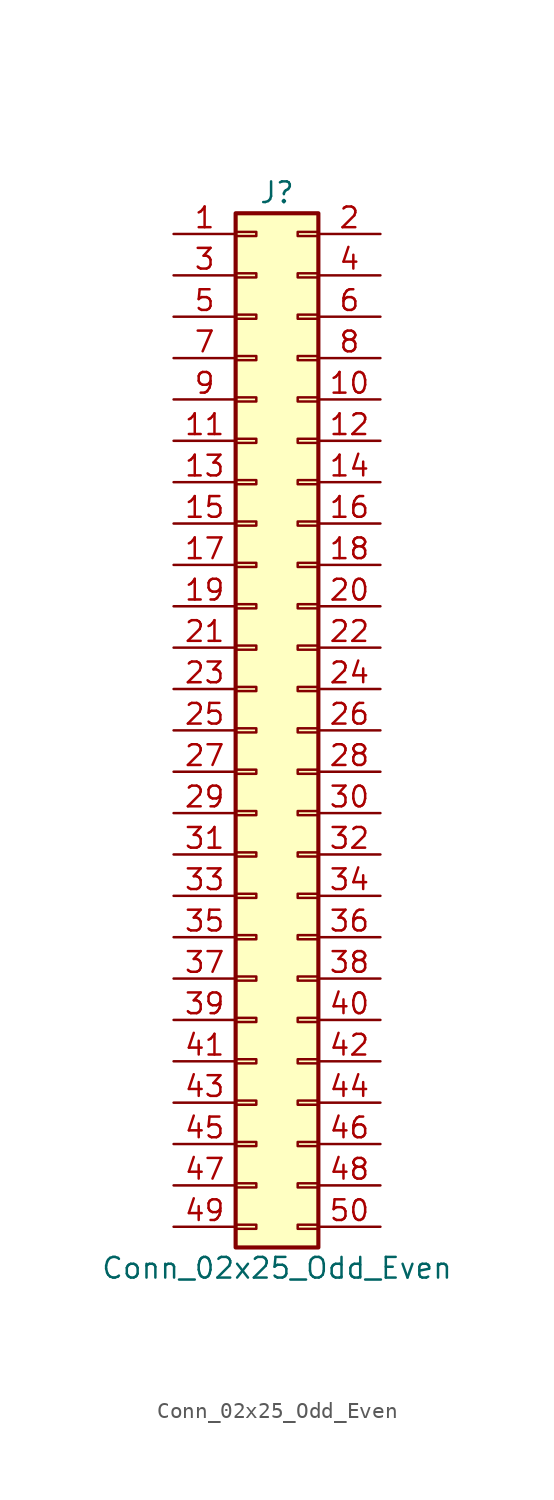
<source format=kicad_sym>
(kicad_symbol_lib
  (version 20241209)
  (generator "kicad_symbol_editor")
  (generator_version "9.0")
  (symbol "Conn_02x25_Odd_Even"
    (pin_names
      (offset 1.016)
      (hide yes))
    (property "Reference" "J"
      (at 1.27 33.02 0)
      (effects (font (size 1.27 1.27))))
    (property "Value" "Conn_02x25_Odd_Even"
      (at 1.27 -33.02 0)
      (effects (font (size 1.27 1.27))))
    (symbol "Conn_02x25_Odd_Even_1_1"
      (rectangle (start -1.27 31.75) (end 3.81 -31.75) (stroke (width 0.254) (type default)) (fill (type background)))
      (rectangle (start -1.27 30.607) (end 0 30.353) (stroke (width 0.152) (type default)) (fill (type none)))
      (rectangle (start -1.27 28.067) (end 0 27.813) (stroke (width 0.152) (type default)) (fill (type none)))
      (rectangle (start -1.27 25.527) (end 0 25.273) (stroke (width 0.152) (type default)) (fill (type none)))
      (rectangle (start -1.27 22.987) (end 0 22.733) (stroke (width 0.152) (type default)) (fill (type none)))
      (rectangle (start -1.27 20.447) (end 0 20.193) (stroke (width 0.152) (type default)) (fill (type none)))
      (rectangle (start -1.27 17.907) (end 0 17.653) (stroke (width 0.152) (type default)) (fill (type none)))
      (rectangle (start -1.27 15.367) (end 0 15.113) (stroke (width 0.152) (type default)) (fill (type none)))
      (rectangle (start -1.27 12.827) (end 0 12.573) (stroke (width 0.152) (type default)) (fill (type none)))
      (rectangle (start -1.27 10.287) (end 0 10.033) (stroke (width 0.152) (type default)) (fill (type none)))
      (rectangle (start -1.27 7.747) (end 0 7.493) (stroke (width 0.152) (type default)) (fill (type none)))
      (rectangle (start -1.27 5.207) (end 0 4.953) (stroke (width 0.152) (type default)) (fill (type none)))
      (rectangle (start -1.27 2.667) (end 0 2.413) (stroke (width 0.152) (type default)) (fill (type none)))
      (rectangle (start -1.27 0.127) (end 0 -0.127) (stroke (width 0.152) (type default)) (fill (type none)))
      (rectangle (start -1.27 -2.413) (end 0 -2.667) (stroke (width 0.152) (type default)) (fill (type none)))
      (rectangle (start -1.27 -4.953) (end 0 -5.207) (stroke (width 0.152) (type default)) (fill (type none)))
      (rectangle (start -1.27 -7.493) (end 0 -7.747) (stroke (width 0.152) (type default)) (fill (type none)))
      (rectangle (start -1.27 -10.033) (end 0 -10.287) (stroke (width 0.152) (type default)) (fill (type none)))
      (rectangle (start -1.27 -12.573) (end 0 -12.827) (stroke (width 0.152) (type default)) (fill (type none)))
      (rectangle (start -1.27 -15.113) (end 0 -15.367) (stroke (width 0.152) (type default)) (fill (type none)))
      (rectangle (start -1.27 -17.653) (end 0 -17.907) (stroke (width 0.152) (type default)) (fill (type none)))
      (rectangle (start -1.27 -20.193) (end 0 -20.447) (stroke (width 0.152) (type default)) (fill (type none)))
      (rectangle (start -1.27 -22.733) (end 0 -22.987) (stroke (width 0.152) (type default)) (fill (type none)))
      (rectangle (start -1.27 -25.273) (end 0 -25.527) (stroke (width 0.152) (type default)) (fill (type none)))
      (rectangle (start -1.27 -27.813) (end 0 -28.067) (stroke (width 0.152) (type default)) (fill (type none)))
      (rectangle (start -1.27 -30.353) (end 0 -30.607) (stroke (width 0.152) (type default)) (fill (type none)))
      (rectangle (start 3.81 30.607) (end 2.54 30.353) (stroke (width 0.152) (type default)) (fill (type none)))
      (rectangle (start 3.81 28.067) (end 2.54 27.813) (stroke (width 0.152) (type default)) (fill (type none)))
      (rectangle (start 3.81 25.527) (end 2.54 25.273) (stroke (width 0.152) (type default)) (fill (type none)))
      (rectangle (start 3.81 22.987) (end 2.54 22.733) (stroke (width 0.152) (type default)) (fill (type none)))
      (rectangle (start 3.81 20.447) (end 2.54 20.193) (stroke (width 0.152) (type default)) (fill (type none)))
      (rectangle (start 3.81 17.907) (end 2.54 17.653) (stroke (width 0.152) (type default)) (fill (type none)))
      (rectangle (start 3.81 15.367) (end 2.54 15.113) (stroke (width 0.152) (type default)) (fill (type none)))
      (rectangle (start 3.81 12.827) (end 2.54 12.573) (stroke (width 0.152) (type default)) (fill (type none)))
      (rectangle (start 3.81 10.287) (end 2.54 10.033) (stroke (width 0.152) (type default)) (fill (type none)))
      (rectangle (start 3.81 7.747) (end 2.54 7.493) (stroke (width 0.152) (type default)) (fill (type none)))
      (rectangle (start 3.81 5.207) (end 2.54 4.953) (stroke (width 0.152) (type default)) (fill (type none)))
      (rectangle (start 3.81 2.667) (end 2.54 2.413) (stroke (width 0.152) (type default)) (fill (type none)))
      (rectangle (start 3.81 0.127) (end 2.54 -0.127) (stroke (width 0.152) (type default)) (fill (type none)))
      (rectangle (start 3.81 -2.413) (end 2.54 -2.667) (stroke (width 0.152) (type default)) (fill (type none)))
      (rectangle (start 3.81 -4.953) (end 2.54 -5.207) (stroke (width 0.152) (type default)) (fill (type none)))
      (rectangle (start 3.81 -7.493) (end 2.54 -7.747) (stroke (width 0.152) (type default)) (fill (type none)))
      (rectangle (start 3.81 -10.033) (end 2.54 -10.287) (stroke (width 0.152) (type default)) (fill (type none)))
      (rectangle (start 3.81 -12.573) (end 2.54 -12.827) (stroke (width 0.152) (type default)) (fill (type none)))
      (rectangle (start 3.81 -15.113) (end 2.54 -15.367) (stroke (width 0.152) (type default)) (fill (type none)))
      (rectangle (start 3.81 -17.653) (end 2.54 -17.907) (stroke (width 0.152) (type default)) (fill (type none)))
      (rectangle (start 3.81 -20.193) (end 2.54 -20.447) (stroke (width 0.152) (type default)) (fill (type none)))
      (rectangle (start 3.81 -22.733) (end 2.54 -22.987) (stroke (width 0.152) (type default)) (fill (type none)))
      (rectangle (start 3.81 -25.273) (end 2.54 -25.527) (stroke (width 0.152) (type default)) (fill (type none)))
      (rectangle (start 3.81 -27.813) (end 2.54 -28.067) (stroke (width 0.152) (type default)) (fill (type none)))
      (rectangle (start 3.81 -30.353) (end 2.54 -30.607) (stroke (width 0.152) (type default)) (fill (type none)))
      (pin passive line (at -5.08 30.48 0) (length 3.81) (name "Pin_1" (effects (font (size 1.27 1.27)))) (number "1" (effects (font (size 1.27 1.27)))))
      (pin passive line (at -5.08 27.94 0) (length 3.81) (name "Pin_3" (effects (font (size 1.27 1.27)))) (number "3" (effects (font (size 1.27 1.27)))))
      (pin passive line (at -5.08 25.4 0) (length 3.81) (name "Pin_5" (effects (font (size 1.27 1.27)))) (number "5" (effects (font (size 1.27 1.27)))))
      (pin passive line (at -5.08 22.86 0) (length 3.81) (name "Pin_7" (effects (font (size 1.27 1.27)))) (number "7" (effects (font (size 1.27 1.27)))))
      (pin passive line (at -5.08 20.32 0) (length 3.81) (name "Pin_9" (effects (font (size 1.27 1.27)))) (number "9" (effects (font (size 1.27 1.27)))))
      (pin passive line (at -5.08 17.78 0) (length 3.81) (name "Pin_11" (effects (font (size 1.27 1.27)))) (number "11" (effects (font (size 1.27 1.27)))))
      (pin passive line (at -5.08 15.24 0) (length 3.81) (name "Pin_13" (effects (font (size 1.27 1.27)))) (number "13" (effects (font (size 1.27 1.27)))))
      (pin passive line (at -5.08 12.7 0) (length 3.81) (name "Pin_15" (effects (font (size 1.27 1.27)))) (number "15" (effects (font (size 1.27 1.27)))))
      (pin passive line (at -5.08 10.16 0) (length 3.81) (name "Pin_17" (effects (font (size 1.27 1.27)))) (number "17" (effects (font (size 1.27 1.27)))))
      (pin passive line (at -5.08 7.62 0) (length 3.81) (name "Pin_19" (effects (font (size 1.27 1.27)))) (number "19" (effects (font (size 1.27 1.27)))))
      (pin passive line (at -5.08 5.08 0) (length 3.81) (name "Pin_21" (effects (font (size 1.27 1.27)))) (number "21" (effects (font (size 1.27 1.27)))))
      (pin passive line (at -5.08 2.54 0) (length 3.81) (name "Pin_23" (effects (font (size 1.27 1.27)))) (number "23" (effects (font (size 1.27 1.27)))))
      (pin passive line (at -5.08 0 0) (length 3.81) (name "Pin_25" (effects (font (size 1.27 1.27)))) (number "25" (effects (font (size 1.27 1.27)))))
      (pin passive line (at -5.08 -2.54 0) (length 3.81) (name "Pin_27" (effects (font (size 1.27 1.27)))) (number "27" (effects (font (size 1.27 1.27)))))
      (pin passive line (at -5.08 -5.08 0) (length 3.81) (name "Pin_29" (effects (font (size 1.27 1.27)))) (number "29" (effects (font (size 1.27 1.27)))))
      (pin passive line (at -5.08 -7.62 0) (length 3.81) (name "Pin_31" (effects (font (size 1.27 1.27)))) (number "31" (effects (font (size 1.27 1.27)))))
      (pin passive line (at -5.08 -10.16 0) (length 3.81) (name "Pin_33" (effects (font (size 1.27 1.27)))) (number "33" (effects (font (size 1.27 1.27)))))
      (pin passive line (at -5.08 -12.7 0) (length 3.81) (name "Pin_35" (effects (font (size 1.27 1.27)))) (number "35" (effects (font (size 1.27 1.27)))))
      (pin passive line (at -5.08 -15.24 0) (length 3.81) (name "Pin_37" (effects (font (size 1.27 1.27)))) (number "37" (effects (font (size 1.27 1.27)))))
      (pin passive line (at -5.08 -17.78 0) (length 3.81) (name "Pin_39" (effects (font (size 1.27 1.27)))) (number "39" (effects (font (size 1.27 1.27)))))
      (pin passive line (at -5.08 -20.32 0) (length 3.81) (name "Pin_41" (effects (font (size 1.27 1.27)))) (number "41" (effects (font (size 1.27 1.27)))))
      (pin passive line (at -5.08 -22.86 0) (length 3.81) (name "Pin_43" (effects (font (size 1.27 1.27)))) (number "43" (effects (font (size 1.27 1.27)))))
      (pin passive line (at -5.08 -25.4 0) (length 3.81) (name "Pin_45" (effects (font (size 1.27 1.27)))) (number "45" (effects (font (size 1.27 1.27)))))
      (pin passive line (at -5.08 -27.94 0) (length 3.81) (name "Pin_47" (effects (font (size 1.27 1.27)))) (number "47" (effects (font (size 1.27 1.27)))))
      (pin passive line (at -5.08 -30.48 0) (length 3.81) (name "Pin_49" (effects (font (size 1.27 1.27)))) (number "49" (effects (font (size 1.27 1.27)))))
      (pin passive line (at 7.62 30.48 180) (length 3.81) (name "Pin_2" (effects (font (size 1.27 1.27)))) (number "2" (effects (font (size 1.27 1.27)))))
      (pin passive line (at 7.62 27.94 180) (length 3.81) (name "Pin_4" (effects (font (size 1.27 1.27)))) (number "4" (effects (font (size 1.27 1.27)))))
      (pin passive line (at 7.62 25.4 180) (length 3.81) (name "Pin_6" (effects (font (size 1.27 1.27)))) (number "6" (effects (font (size 1.27 1.27)))))
      (pin passive line (at 7.62 22.86 180) (length 3.81) (name "Pin_8" (effects (font (size 1.27 1.27)))) (number "8" (effects (font (size 1.27 1.27)))))
      (pin passive line (at 7.62 20.32 180) (length 3.81) (name "Pin_10" (effects (font (size 1.27 1.27)))) (number "10" (effects (font (size 1.27 1.27)))))
      (pin passive line (at 7.62 17.78 180) (length 3.81) (name "Pin_12" (effects (font (size 1.27 1.27)))) (number "12" (effects (font (size 1.27 1.27)))))
      (pin passive line (at 7.62 15.24 180) (length 3.81) (name "Pin_14" (effects (font (size 1.27 1.27)))) (number "14" (effects (font (size 1.27 1.27)))))
      (pin passive line (at 7.62 12.7 180) (length 3.81) (name "Pin_16" (effects (font (size 1.27 1.27)))) (number "16" (effects (font (size 1.27 1.27)))))
      (pin passive line (at 7.62 10.16 180) (length 3.81) (name "Pin_18" (effects (font (size 1.27 1.27)))) (number "18" (effects (font (size 1.27 1.27)))))
      (pin passive line (at 7.62 7.62 180) (length 3.81) (name "Pin_20" (effects (font (size 1.27 1.27)))) (number "20" (effects (font (size 1.27 1.27)))))
      (pin passive line (at 7.62 5.08 180) (length 3.81) (name "Pin_22" (effects (font (size 1.27 1.27)))) (number "22" (effects (font (size 1.27 1.27)))))
      (pin passive line (at 7.62 2.54 180) (length 3.81) (name "Pin_24" (effects (font (size 1.27 1.27)))) (number "24" (effects (font (size 1.27 1.27)))))
      (pin passive line (at 7.62 0 180) (length 3.81) (name "Pin_26" (effects (font (size 1.27 1.27)))) (number "26" (effects (font (size 1.27 1.27)))))
      (pin passive line (at 7.62 -2.54 180) (length 3.81) (name "Pin_28" (effects (font (size 1.27 1.27)))) (number "28" (effects (font (size 1.27 1.27)))))
      (pin passive line (at 7.62 -5.08 180) (length 3.81) (name "Pin_30" (effects (font (size 1.27 1.27)))) (number "30" (effects (font (size 1.27 1.27)))))
      (pin passive line (at 7.62 -7.62 180) (length 3.81) (name "Pin_32" (effects (font (size 1.27 1.27)))) (number "32" (effects (font (size 1.27 1.27)))))
      (pin passive line (at 7.62 -10.16 180) (length 3.81) (name "Pin_34" (effects (font (size 1.27 1.27)))) (number "34" (effects (font (size 1.27 1.27)))))
      (pin passive line (at 7.62 -12.7 180) (length 3.81) (name "Pin_36" (effects (font (size 1.27 1.27)))) (number "36" (effects (font (size 1.27 1.27)))))
      (pin passive line (at 7.62 -15.24 180) (length 3.81) (name "Pin_38" (effects (font (size 1.27 1.27)))) (number "38" (effects (font (size 1.27 1.27)))))
      (pin passive line (at 7.62 -17.78 180) (length 3.81) (name "Pin_40" (effects (font (size 1.27 1.27)))) (number "40" (effects (font (size 1.27 1.27)))))
      (pin passive line (at 7.62 -20.32 180) (length 3.81) (name "Pin_42" (effects (font (size 1.27 1.27)))) (number "42" (effects (font (size 1.27 1.27)))))
      (pin passive line (at 7.62 -22.86 180) (length 3.81) (name "Pin_44" (effects (font (size 1.27 1.27)))) (number "44" (effects (font (size 1.27 1.27)))))
      (pin passive line (at 7.62 -25.4 180) (length 3.81) (name "Pin_46" (effects (font (size 1.27 1.27)))) (number "46" (effects (font (size 1.27 1.27)))))
      (pin passive line (at 7.62 -27.94 180) (length 3.81) (name "Pin_48" (effects (font (size 1.27 1.27)))) (number "48" (effects (font (size 1.27 1.27)))))
      (pin passive line (at 7.62 -30.48 180) (length 3.81) (name "Pin_50" (effects (font (size 1.27 1.27)))) (number "50" (effects (font (size 1.27 1.27))))))))
</source>
